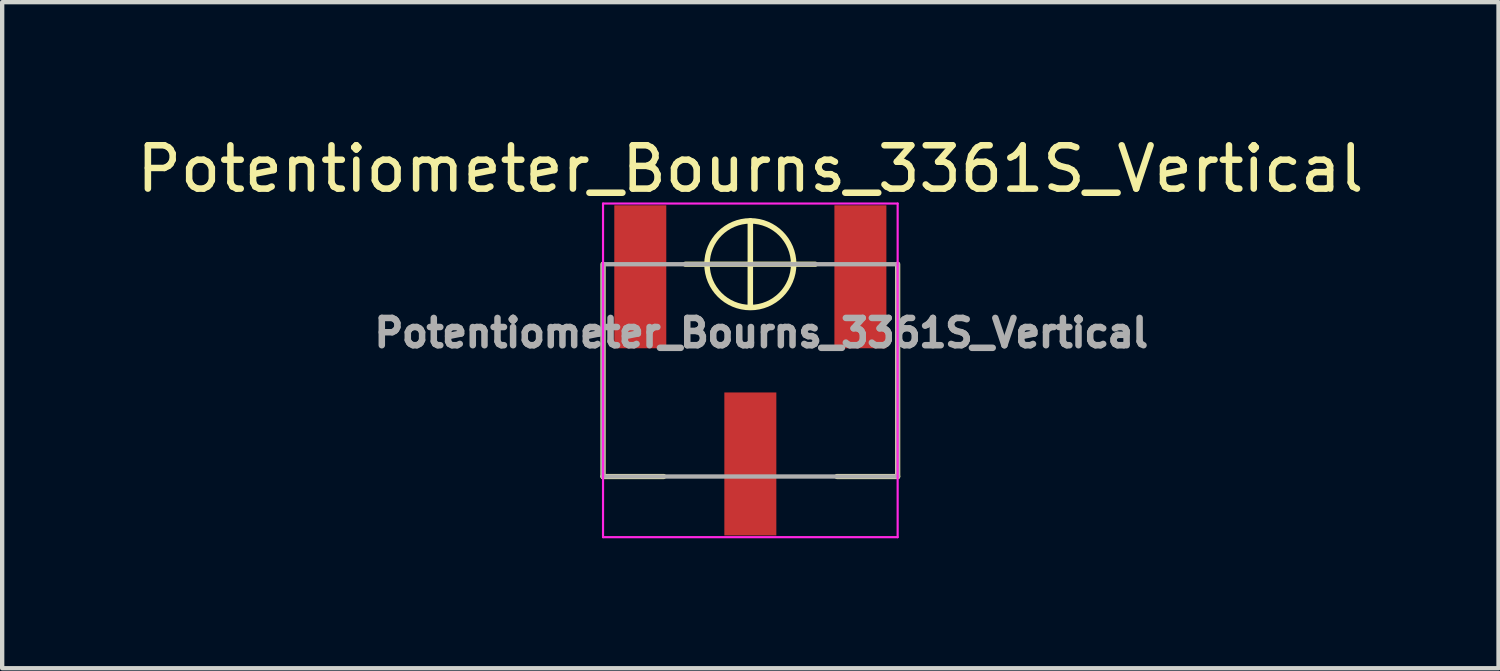
<source format=kicad_pcb>
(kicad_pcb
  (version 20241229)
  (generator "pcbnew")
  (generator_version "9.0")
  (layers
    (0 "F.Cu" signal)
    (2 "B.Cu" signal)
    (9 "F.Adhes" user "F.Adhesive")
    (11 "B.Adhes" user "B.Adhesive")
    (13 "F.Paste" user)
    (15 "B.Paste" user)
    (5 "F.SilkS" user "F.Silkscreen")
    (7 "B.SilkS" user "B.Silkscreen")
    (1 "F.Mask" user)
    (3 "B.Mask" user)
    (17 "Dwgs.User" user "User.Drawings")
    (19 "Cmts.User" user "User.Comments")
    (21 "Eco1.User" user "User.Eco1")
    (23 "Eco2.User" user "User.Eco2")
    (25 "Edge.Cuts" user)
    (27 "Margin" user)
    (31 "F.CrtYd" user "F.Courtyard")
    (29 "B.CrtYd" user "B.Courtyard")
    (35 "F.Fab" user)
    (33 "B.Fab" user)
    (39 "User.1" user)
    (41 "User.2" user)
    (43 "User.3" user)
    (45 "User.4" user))
  (footprint "Potentiometer_Bourns_3361S_Vertical"
    (layer "F.Cu")
    (at 14.268 5.498)
    (property "Reference" "Potentiometer_Bourns_3361S_Vertical" (at 0 -4.65 0) (layer "F.SilkS") (effects (font (size 1 1) (thickness 0.15))))
    (attr smd)
    (fp_line (start -3.4 -2.45) (end -3.4 2.45) (stroke (width 0.12) (type solid)) (layer "F.SilkS"))
    (fp_line (start -3.4 2.45) (end -2 2.45) (stroke (width 0.12) (type solid)) (layer "F.SilkS"))
    (fp_line (start -1.5 -2.45) (end 1.5 -2.45) (stroke (width 0.12) (type solid)) (layer "F.SilkS"))
    (fp_line (start -0.001 -1.471) (end 0 -3.45) (stroke (width 0.127) (type solid)) (layer "F.SilkS"))
    (fp_line (start 3.4 2.45) (end 2 2.45) (stroke (width 0.12) (type solid)) (layer "F.SilkS"))
    (fp_line (start 3.4 2.45) (end 3.4 -2.45) (stroke (width 0.12) (type solid)) (layer "F.SilkS"))
    (fp_circle (center 0 -2.45) (end 1 -2.45) (stroke (width 0.127) (type solid)) (fill no) (layer "F.SilkS"))
    (fp_line (start -3.4 -3.85) (end -3.4 3.85) (stroke (width 0.05) (type solid)) (layer "F.CrtYd"))
    (fp_line (start -3.4 3.85) (end 3.4 3.85) (stroke (width 0.05) (type solid)) (layer "F.CrtYd"))
    (fp_line (start 3.4 -3.85) (end -3.4 -3.85) (stroke (width 0.05) (type solid)) (layer "F.CrtYd"))
    (fp_line (start 3.4 3.85) (end 3.4 -3.85) (stroke (width 0.05) (type solid)) (layer "F.CrtYd"))
    (fp_line (start -3.4 -2.45) (end -3.4 2.45) (stroke (width 0.1) (type solid)) (layer "F.Fab"))
    (fp_line (start -3.4 -2.45) (end 3.4 -2.45) (stroke (width 0.1) (type solid)) (layer "F.Fab"))
    (fp_line (start -3.4 2.45) (end 3.4 2.45) (stroke (width 0.1) (type solid)) (layer "F.Fab"))
    (fp_line (start 3.4 -2.45) (end 3.4 2.45) (stroke (width 0.1) (type solid)) (layer "F.Fab"))
    (fp_text user "${REFERENCE}" (at 0.254 -0.864 0) (layer "F.Fab") (effects (font (size 0.63 0.63) (thickness 0.15))))
    (pad "1" smd rect (at 2.54 -2.16) (size 1.2 3.3) (layers "F.Cu" "F.Mask" "F.Paste"))
    (pad "2" smd rect (at 0 2.16) (size 1.2 3.3) (layers "F.Cu" "F.Mask" "F.Paste"))
    (pad "3" smd rect (at -2.54 -2.16) (size 1.2 3.3) (layers "F.Cu" "F.Mask" "F.Paste")))
  (gr_rect
    (start -3 -3)
    (end 31.536 12.373)
    (stroke (width 0.1) (type default))
    (fill no)
    (layer "Edge.Cuts")))
</source>
